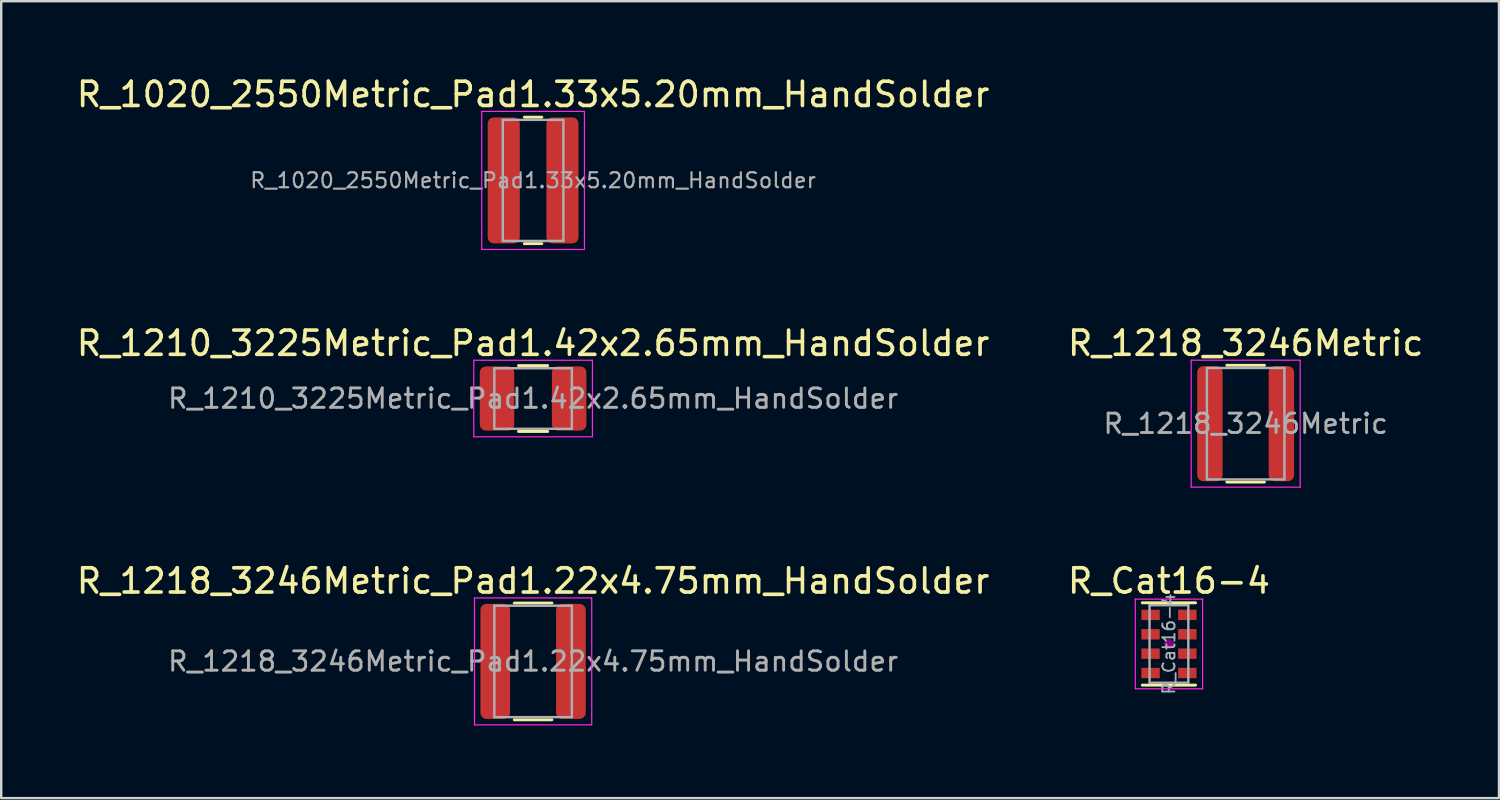
<source format=kicad_pcb>
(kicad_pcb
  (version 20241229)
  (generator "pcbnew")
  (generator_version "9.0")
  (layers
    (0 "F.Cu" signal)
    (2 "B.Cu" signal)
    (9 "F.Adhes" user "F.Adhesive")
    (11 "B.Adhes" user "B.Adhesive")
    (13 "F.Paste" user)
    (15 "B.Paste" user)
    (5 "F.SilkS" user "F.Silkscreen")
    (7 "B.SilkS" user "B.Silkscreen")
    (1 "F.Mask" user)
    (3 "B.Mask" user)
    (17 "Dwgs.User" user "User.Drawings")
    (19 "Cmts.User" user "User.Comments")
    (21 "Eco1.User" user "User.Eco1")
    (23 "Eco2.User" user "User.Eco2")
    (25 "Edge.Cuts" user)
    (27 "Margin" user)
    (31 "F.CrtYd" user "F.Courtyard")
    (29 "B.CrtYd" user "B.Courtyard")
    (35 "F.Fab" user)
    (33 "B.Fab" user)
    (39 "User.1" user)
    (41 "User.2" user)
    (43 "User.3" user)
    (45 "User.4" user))
  (footprint "R_1210_3225Metric_Pad1.42x2.65mm_HandSolder"
    (layer "F.Cu")
    (at 18.958 13.402)
    (property "Reference" "R_1210_3225Metric_Pad1.42x2.65mm_HandSolder" (at 0 -2.28 0) (layer "F.SilkS") (effects (font (size 1 1) (thickness 0.15))))
    (attr smd)
    (fp_line (start -0.602 -1.36) (end 0.602 -1.36) (stroke (width 0.12) (type solid)) (layer "F.SilkS"))
    (fp_line (start -0.602 1.36) (end 0.602 1.36) (stroke (width 0.12) (type solid)) (layer "F.SilkS"))
    (fp_line (start -2.45 -1.58) (end 2.45 -1.58) (stroke (width 0.05) (type solid)) (layer "F.CrtYd"))
    (fp_line (start -2.45 1.58) (end -2.45 -1.58) (stroke (width 0.05) (type solid)) (layer "F.CrtYd"))
    (fp_line (start 2.45 -1.58) (end 2.45 1.58) (stroke (width 0.05) (type solid)) (layer "F.CrtYd"))
    (fp_line (start 2.45 1.58) (end -2.45 1.58) (stroke (width 0.05) (type solid)) (layer "F.CrtYd"))
    (fp_line (start -1.6 -1.25) (end 1.6 -1.25) (stroke (width 0.1) (type solid)) (layer "F.Fab"))
    (fp_line (start -1.6 1.25) (end -1.6 -1.25) (stroke (width 0.1) (type solid)) (layer "F.Fab"))
    (fp_line (start 1.6 -1.25) (end 1.6 1.25) (stroke (width 0.1) (type solid)) (layer "F.Fab"))
    (fp_line (start 1.6 1.25) (end -1.6 1.25) (stroke (width 0.1) (type solid)) (layer "F.Fab"))
    (fp_text user "${REFERENCE}" (at 0 0 0) (layer "F.Fab") (effects (font (size 0.8 0.8) (thickness 0.12))))
    (pad "1" smd roundrect (at -1.488 0) (size 1.425 2.65) (layers "F.Cu" "F.Mask" "F.Paste") (roundrect_rratio 0.175))
    (pad "2" smd roundrect (at 1.488 0) (size 1.425 2.65) (layers "F.Cu" "F.Mask" "F.Paste") (roundrect_rratio 0.175)))
  (footprint "R_1218_3246Metric"
    (layer "F.Cu")
    (at 48.375 14.441)
    (property "Reference" "R_1218_3246Metric" (at 0 -3.32 0) (layer "F.SilkS") (effects (font (size 1 1) (thickness 0.15))))
    (attr smd)
    (fp_line (start -0.777 -2.41) (end 0.777 -2.41) (stroke (width 0.12) (type solid)) (layer "F.SilkS"))
    (fp_line (start -0.777 2.41) (end 0.777 2.41) (stroke (width 0.12) (type solid)) (layer "F.SilkS"))
    (fp_line (start -2.25 -2.62) (end 2.25 -2.62) (stroke (width 0.05) (type solid)) (layer "F.CrtYd"))
    (fp_line (start -2.25 2.62) (end -2.25 -2.62) (stroke (width 0.05) (type solid)) (layer "F.CrtYd"))
    (fp_line (start 2.25 -2.62) (end 2.25 2.62) (stroke (width 0.05) (type solid)) (layer "F.CrtYd"))
    (fp_line (start 2.25 2.62) (end -2.25 2.62) (stroke (width 0.05) (type solid)) (layer "F.CrtYd"))
    (fp_line (start -1.6 -2.3) (end 1.6 -2.3) (stroke (width 0.1) (type solid)) (layer "F.Fab"))
    (fp_line (start -1.6 2.3) (end -1.6 -2.3) (stroke (width 0.1) (type solid)) (layer "F.Fab"))
    (fp_line (start 1.6 -2.3) (end 1.6 2.3) (stroke (width 0.1) (type solid)) (layer "F.Fab"))
    (fp_line (start 1.6 2.3) (end -1.6 2.3) (stroke (width 0.1) (type solid)) (layer "F.Fab"))
    (fp_text user "${REFERENCE}" (at 0 0 0) (layer "F.Fab") (effects (font (size 0.8 0.8) (thickness 0.12))))
    (pad "1" smd roundrect (at -1.475 0) (size 1.05 4.75) (layers "F.Cu" "F.Mask" "F.Paste") (roundrect_rratio 0.238))
    (pad "2" smd roundrect (at 1.475 0) (size 1.05 4.75) (layers "F.Cu" "F.Mask" "F.Paste") (roundrect_rratio 0.238)))
  (footprint "R_1218_3246Metric_Pad1.22x4.75mm_HandSolder"
    (layer "F.Cu")
    (at 18.958 24.255)
    (property "Reference" "R_1218_3246Metric_Pad1.22x4.75mm_HandSolder" (at 0 -3.32 0) (layer "F.SilkS") (effects (font (size 1 1) (thickness 0.15))))
    (attr smd)
    (fp_line (start -0.777 -2.41) (end 0.777 -2.41) (stroke (width 0.12) (type solid)) (layer "F.SilkS"))
    (fp_line (start -0.777 2.41) (end 0.777 2.41) (stroke (width 0.12) (type solid)) (layer "F.SilkS"))
    (fp_line (start -2.42 -2.62) (end 2.42 -2.62) (stroke (width 0.05) (type solid)) (layer "F.CrtYd"))
    (fp_line (start -2.42 2.62) (end -2.42 -2.62) (stroke (width 0.05) (type solid)) (layer "F.CrtYd"))
    (fp_line (start 2.42 -2.62) (end 2.42 2.62) (stroke (width 0.05) (type solid)) (layer "F.CrtYd"))
    (fp_line (start 2.42 2.62) (end -2.42 2.62) (stroke (width 0.05) (type solid)) (layer "F.CrtYd"))
    (fp_line (start -1.6 -2.3) (end 1.6 -2.3) (stroke (width 0.1) (type solid)) (layer "F.Fab"))
    (fp_line (start -1.6 2.3) (end -1.6 -2.3) (stroke (width 0.1) (type solid)) (layer "F.Fab"))
    (fp_line (start 1.6 -2.3) (end 1.6 2.3) (stroke (width 0.1) (type solid)) (layer "F.Fab"))
    (fp_line (start 1.6 2.3) (end -1.6 2.3) (stroke (width 0.1) (type solid)) (layer "F.Fab"))
    (fp_text user "${REFERENCE}" (at 0 0 0) (layer "F.Fab") (effects (font (size 0.8 0.8) (thickness 0.12))))
    (pad "1" smd roundrect (at -1.562 0) (size 1.225 4.75) (layers "F.Cu" "F.Mask" "F.Paste") (roundrect_rratio 0.204))
    (pad "2" smd roundrect (at 1.562 0) (size 1.225 4.75) (layers "F.Cu" "F.Mask" "F.Paste") (roundrect_rratio 0.204)))
  (footprint "R_Cat16-4"
    (layer "F.Cu")
    (at 45.208 23.535)
    (property "Reference" "R_Cat16-4" (at 0 -2.6 0) (layer "F.SilkS") (effects (font (size 1 1) (thickness 0.15))))
    (attr smd)
    (fp_line (start 1.1 -1.7) (end -1.1 -1.7) (stroke (width 0.12) (type solid)) (layer "F.SilkS"))
    (fp_line (start 1.1 1.7) (end -1.1 1.7) (stroke (width 0.12) (type solid)) (layer "F.SilkS"))
    (fp_circle (center 0 0) (end -0.1 0) (stroke (width 0.2) (type solid)) (fill no) (layer "F.Adhes"))
    (fp_line (start -1.39 -1.85) (end -1.39 1.85) (stroke (width 0.05) (type solid)) (layer "F.CrtYd"))
    (fp_line (start -1.39 -1.85) (end 1.39 -1.85) (stroke (width 0.05) (type solid)) (layer "F.CrtYd"))
    (fp_line (start 1.39 1.85) (end -1.39 1.85) (stroke (width 0.05) (type solid)) (layer "F.CrtYd"))
    (fp_line (start 1.39 1.85) (end 1.39 -1.85) (stroke (width 0.05) (type solid)) (layer "F.CrtYd"))
    (fp_line (start -0.8 -1.6) (end 0.8 -1.6) (stroke (width 0.1) (type solid)) (layer "F.Fab"))
    (fp_line (start -0.8 1.6) (end -0.8 -1.6) (stroke (width 0.1) (type solid)) (layer "F.Fab"))
    (fp_line (start 0.8 -1.6) (end 0.8 1.6) (stroke (width 0.1) (type solid)) (layer "F.Fab"))
    (fp_line (start 0.8 1.6) (end -0.8 1.6) (stroke (width 0.1) (type solid)) (layer "F.Fab"))
    (fp_text user "${REFERENCE}" (at 0 0 90) (layer "F.Fab") (effects (font (size 0.5 0.5) (thickness 0.075))))
    (pad "1" smd rect (at -0.76 -1.2 180) (size 0.76 0.43) (layers "F.Cu" "F.Mask" "F.Paste"))
    (pad "2" smd rect (at -0.76 -0.4 180) (size 0.76 0.43) (layers "F.Cu" "F.Mask" "F.Paste"))
    (pad "3" smd rect (at -0.76 0.4 180) (size 0.76 0.43) (layers "F.Cu" "F.Mask" "F.Paste"))
    (pad "4" smd rect (at -0.76 1.2 180) (size 0.76 0.43) (layers "F.Cu" "F.Mask" "F.Paste"))
    (pad "5" smd rect (at 0.76 1.2 180) (size 0.76 0.43) (layers "F.Cu" "F.Mask" "F.Paste"))
    (pad "6" smd rect (at 0.76 0.4 180) (size 0.76 0.43) (layers "F.Cu" "F.Mask" "F.Paste"))
    (pad "7" smd rect (at 0.76 -0.4 180) (size 0.76 0.43) (layers "F.Cu" "F.Mask" "F.Paste"))
    (pad "8" smd rect (at 0.76 -1.2 180) (size 0.76 0.43) (layers "F.Cu" "F.Mask" "F.Paste")))
  (footprint "R_1020_2550Metric_Pad1.33x5.20mm_HandSolder"
    (layer "F.Cu")
    (at 18.958 4.398)
    (property "Reference" "R_1020_2550Metric_Pad1.33x5.20mm_HandSolder" (at 0 -3.55 0) (layer "F.SilkS") (effects (font (size 1 1) (thickness 0.15))))
    (attr smd)
    (fp_line (start -0.361 -2.61) (end 0.361 -2.61) (stroke (width 0.12) (type solid)) (layer "F.SilkS"))
    (fp_line (start -0.361 2.61) (end 0.361 2.61) (stroke (width 0.12) (type solid)) (layer "F.SilkS"))
    (fp_line (start -2.12 -2.85) (end 2.12 -2.85) (stroke (width 0.05) (type solid)) (layer "F.CrtYd"))
    (fp_line (start -2.12 2.85) (end -2.12 -2.85) (stroke (width 0.05) (type solid)) (layer "F.CrtYd"))
    (fp_line (start 2.12 -2.85) (end 2.12 2.85) (stroke (width 0.05) (type solid)) (layer "F.CrtYd"))
    (fp_line (start 2.12 2.85) (end -2.12 2.85) (stroke (width 0.05) (type solid)) (layer "F.CrtYd"))
    (fp_line (start -1.25 -2.5) (end 1.25 -2.5) (stroke (width 0.1) (type solid)) (layer "F.Fab"))
    (fp_line (start -1.25 2.5) (end -1.25 -2.5) (stroke (width 0.1) (type solid)) (layer "F.Fab"))
    (fp_line (start 1.25 -2.5) (end 1.25 2.5) (stroke (width 0.1) (type solid)) (layer "F.Fab"))
    (fp_line (start 1.25 2.5) (end -1.25 2.5) (stroke (width 0.1) (type solid)) (layer "F.Fab"))
    (fp_text user "${REFERENCE}" (at 0 0 0) (layer "F.Fab") (effects (font (size 0.62 0.62) (thickness 0.09))))
    (pad "1" smd roundrect (at -1.212 0) (size 1.325 5.2) (layers "F.Cu" "F.Mask" "F.Paste") (roundrect_rratio 0.189))
    (pad "2" smd roundrect (at 1.212 0) (size 1.325 5.2) (layers "F.Cu" "F.Mask" "F.Paste") (roundrect_rratio 0.189)))
  (gr_rect
    (start -3 -3)
    (end 58.833 29.9)
    (stroke (width 0.1) (type default))
    (fill no)
    (layer "Edge.Cuts")))
</source>
